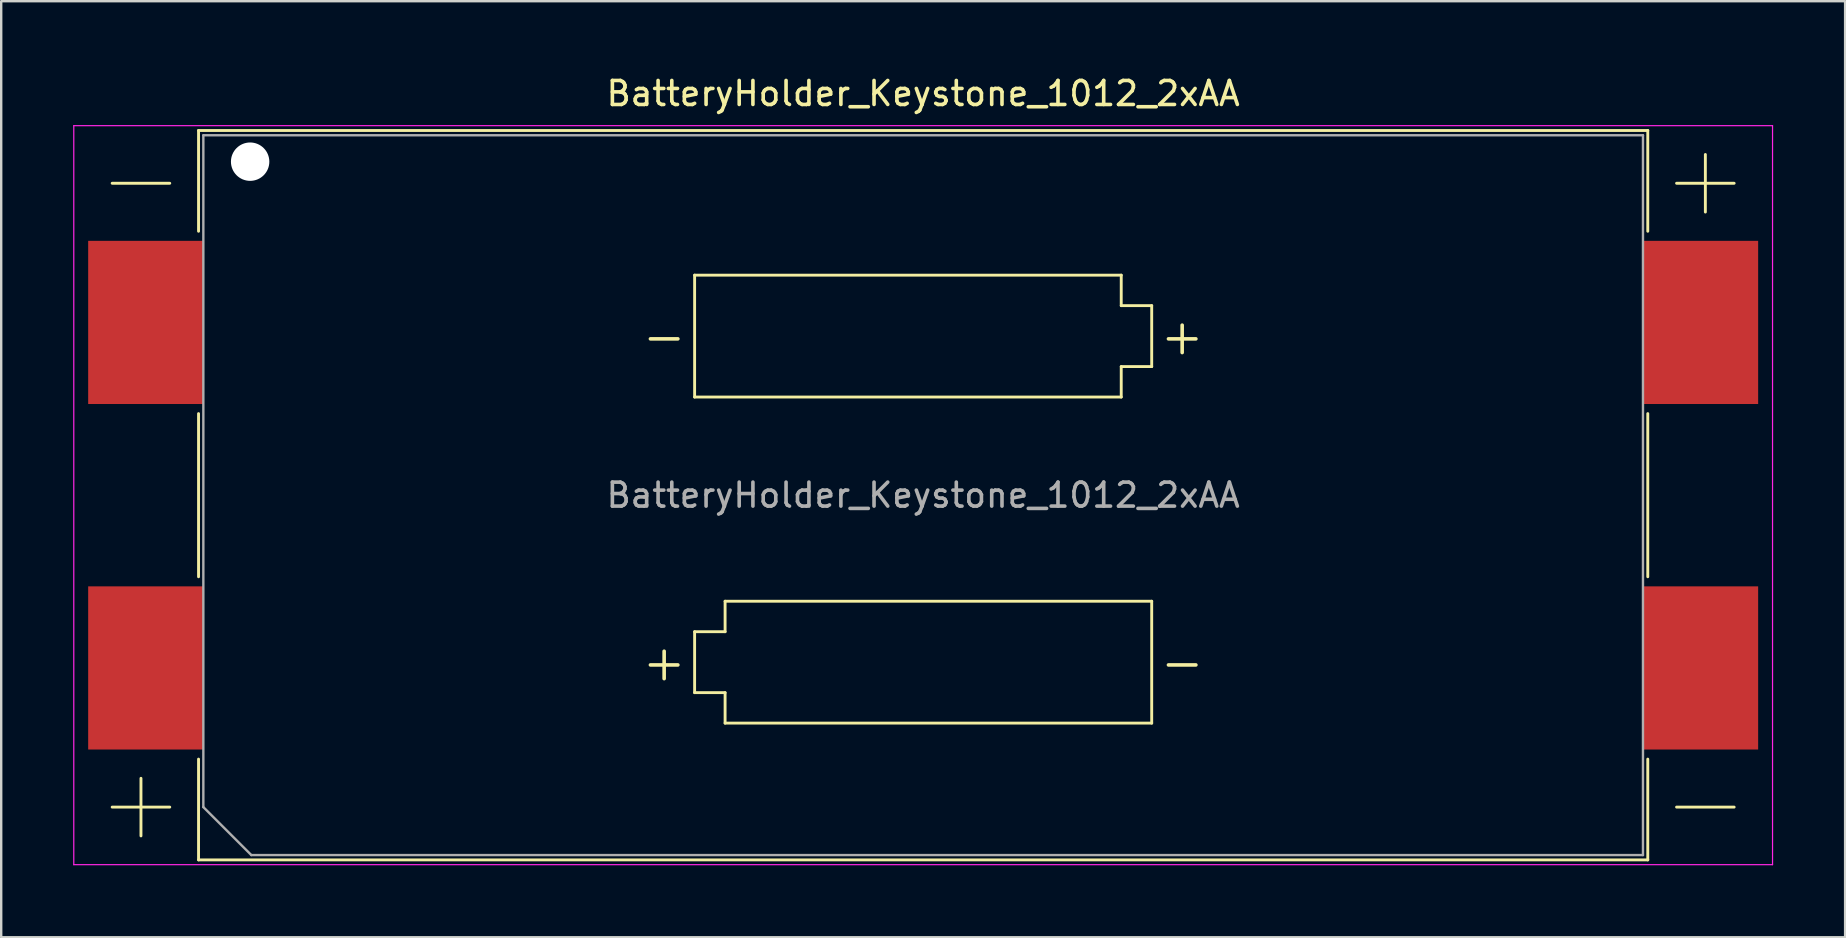
<source format=kicad_pcb>
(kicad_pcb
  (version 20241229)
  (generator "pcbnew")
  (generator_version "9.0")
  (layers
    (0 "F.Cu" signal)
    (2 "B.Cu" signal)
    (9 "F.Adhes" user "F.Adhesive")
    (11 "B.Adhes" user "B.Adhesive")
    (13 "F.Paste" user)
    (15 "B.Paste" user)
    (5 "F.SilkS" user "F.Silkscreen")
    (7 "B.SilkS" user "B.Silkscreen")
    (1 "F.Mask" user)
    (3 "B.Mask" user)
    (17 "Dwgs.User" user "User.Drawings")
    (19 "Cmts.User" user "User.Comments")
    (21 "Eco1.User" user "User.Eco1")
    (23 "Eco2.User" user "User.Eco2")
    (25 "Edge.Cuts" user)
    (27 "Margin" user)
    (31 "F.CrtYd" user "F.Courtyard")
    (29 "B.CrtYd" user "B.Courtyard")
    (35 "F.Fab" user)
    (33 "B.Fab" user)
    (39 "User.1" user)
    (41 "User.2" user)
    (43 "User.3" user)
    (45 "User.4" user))
  (footprint "BatteryHolder_Keystone_1012_2xAA"
    (layer "F.Cu")
    (at 35.425 17.588)
    (property "Reference" "BatteryHolder_Keystone_1012_2xAA" (at 0 -16.74 0) (layer "F.SilkS") (effects (font (size 1 1) (thickness 0.15))))
    (attr smd)
    (fp_line (start -33.8 -13) (end -31.4 -13) (stroke (width 0.12) (type solid)) (layer "F.SilkS"))
    (fp_line (start -33.8 13) (end -31.4 13) (stroke (width 0.12) (type solid)) (layer "F.SilkS"))
    (fp_line (start -32.6 14.2) (end -32.6 11.8) (stroke (width 0.12) (type solid)) (layer "F.SilkS"))
    (fp_line (start -30.2 -15.2) (end -30.2 -11) (stroke (width 0.12) (type solid)) (layer "F.SilkS"))
    (fp_line (start -30.2 -3.4) (end -30.2 3.4) (stroke (width 0.12) (type solid)) (layer "F.SilkS"))
    (fp_line (start -30.2 15.2) (end -30.2 11) (stroke (width 0.12) (type solid)) (layer "F.SilkS"))
    (fp_line (start -30.2 15.2) (end 30.2 15.2) (stroke (width 0.12) (type solid)) (layer "F.SilkS"))
    (fp_line (start -9.525 -9.17) (end -9.525 -4.09) (stroke (width 0.12) (type solid)) (layer "F.SilkS"))
    (fp_line (start -9.525 -4.09) (end 8.255 -4.09) (stroke (width 0.12) (type solid)) (layer "F.SilkS"))
    (fp_line (start -9.525 5.69) (end -8.255 5.69) (stroke (width 0.12) (type solid)) (layer "F.SilkS"))
    (fp_line (start -9.525 8.23) (end -9.525 5.69) (stroke (width 0.12) (type solid)) (layer "F.SilkS"))
    (fp_line (start -8.255 4.42) (end 9.525 4.42) (stroke (width 0.12) (type solid)) (layer "F.SilkS"))
    (fp_line (start -8.255 5.69) (end -8.255 4.42) (stroke (width 0.12) (type solid)) (layer "F.SilkS"))
    (fp_line (start -8.255 8.23) (end -9.525 8.23) (stroke (width 0.12) (type solid)) (layer "F.SilkS"))
    (fp_line (start -8.255 9.5) (end -8.255 8.23) (stroke (width 0.12) (type solid)) (layer "F.SilkS"))
    (fp_line (start 8.255 -9.17) (end -9.525 -9.17) (stroke (width 0.12) (type solid)) (layer "F.SilkS"))
    (fp_line (start 8.255 -7.9) (end 8.255 -9.17) (stroke (width 0.12) (type solid)) (layer "F.SilkS"))
    (fp_line (start 8.255 -5.36) (end 9.525 -5.36) (stroke (width 0.12) (type solid)) (layer "F.SilkS"))
    (fp_line (start 8.255 -4.09) (end 8.255 -5.36) (stroke (width 0.12) (type solid)) (layer "F.SilkS"))
    (fp_line (start 9.525 -7.9) (end 8.255 -7.9) (stroke (width 0.12) (type solid)) (layer "F.SilkS"))
    (fp_line (start 9.525 -5.36) (end 9.525 -7.9) (stroke (width 0.12) (type solid)) (layer "F.SilkS"))
    (fp_line (start 9.525 4.42) (end 9.525 9.5) (stroke (width 0.12) (type solid)) (layer "F.SilkS"))
    (fp_line (start 9.525 9.5) (end -8.255 9.5) (stroke (width 0.12) (type solid)) (layer "F.SilkS"))
    (fp_line (start 30.2 -15.2) (end -30.2 -15.2) (stroke (width 0.12) (type solid)) (layer "F.SilkS"))
    (fp_line (start 30.2 -11) (end 30.2 -15.2) (stroke (width 0.12) (type solid)) (layer "F.SilkS"))
    (fp_line (start 30.2 -3.4) (end 30.2 3.4) (stroke (width 0.12) (type solid)) (layer "F.SilkS"))
    (fp_line (start 30.2 11) (end 30.2 15.2) (stroke (width 0.12) (type solid)) (layer "F.SilkS"))
    (fp_line (start 31.4 13) (end 33.8 13) (stroke (width 0.12) (type solid)) (layer "F.SilkS"))
    (fp_line (start 32.6 -11.8) (end 32.6 -14.2) (stroke (width 0.12) (type solid)) (layer "F.SilkS"))
    (fp_line (start 33.8 -13) (end 31.4 -13) (stroke (width 0.12) (type solid)) (layer "F.SilkS"))
    (fp_line (start -35.4 -15.4) (end -35.4 15.4) (stroke (width 0.05) (type solid)) (layer "F.CrtYd"))
    (fp_line (start -35.4 15.4) (end 35.4 15.4) (stroke (width 0.05) (type solid)) (layer "F.CrtYd"))
    (fp_line (start 35.4 -15.4) (end -35.4 -15.4) (stroke (width 0.05) (type solid)) (layer "F.CrtYd"))
    (fp_line (start 35.4 15.4) (end 35.4 -15.4) (stroke (width 0.05) (type solid)) (layer "F.CrtYd"))
    (fp_line (start -30 -15) (end -30 13) (stroke (width 0.1) (type solid)) (layer "F.Fab"))
    (fp_line (start -30 13) (end -28 15) (stroke (width 0.1) (type solid)) (layer "F.Fab"))
    (fp_line (start -28 15) (end 30 15) (stroke (width 0.1) (type solid)) (layer "F.Fab"))
    (fp_line (start 30 -15) (end -30 -15) (stroke (width 0.1) (type solid)) (layer "F.Fab"))
    (fp_line (start 30 15) (end 30 -15) (stroke (width 0.1) (type solid)) (layer "F.Fab"))
    (fp_text user "+" (at 10.795 -6.63 0) (layer "F.SilkS") (effects (font (size 1.5 1.5) (thickness 0.15))))
    (fp_text user "-" (at 10.795 6.96 0) (layer "F.SilkS") (effects (font (size 1.5 1.5) (thickness 0.15))))
    (fp_text user "-" (at -10.795 -6.63 0) (layer "F.SilkS") (effects (font (size 1.5 1.5) (thickness 0.15))))
    (fp_text user "+" (at -10.795 6.96 0) (layer "F.SilkS") (effects (font (size 1.5 1.5) (thickness 0.15))))
    (fp_text user "${REFERENCE}" (at 0 0 0) (layer "F.Fab") (effects (font (size 1 1) (thickness 0.15))))
    (pad "" np_thru_hole circle (at -28.05 -13.9) (size 1.6 1.6) (drill 1.6) (layers "*.Cu" "*.Mask"))
    (pad "1" smd rect (at -32.4 7.2) (size 4.8 6.8) (layers "F.Cu" "F.Mask" "F.Paste"))
    (pad "2" smd rect (at 32.4 7.2) (size 4.8 6.8) (layers "F.Cu" "F.Mask" "F.Paste"))
    (pad "3" smd rect (at 32.4 -7.2 180) (size 4.8 6.8) (layers "F.Cu" "F.Mask" "F.Paste"))
    (pad "4" smd rect (at -32.4 -7.2 180) (size 4.8 6.8) (layers "F.Cu" "F.Mask" "F.Paste")))
  (gr_rect
    (start -3 -3)
    (end 73.85 36.013)
    (stroke (width 0.1) (type default))
    (fill no)
    (layer "Edge.Cuts")))
</source>
